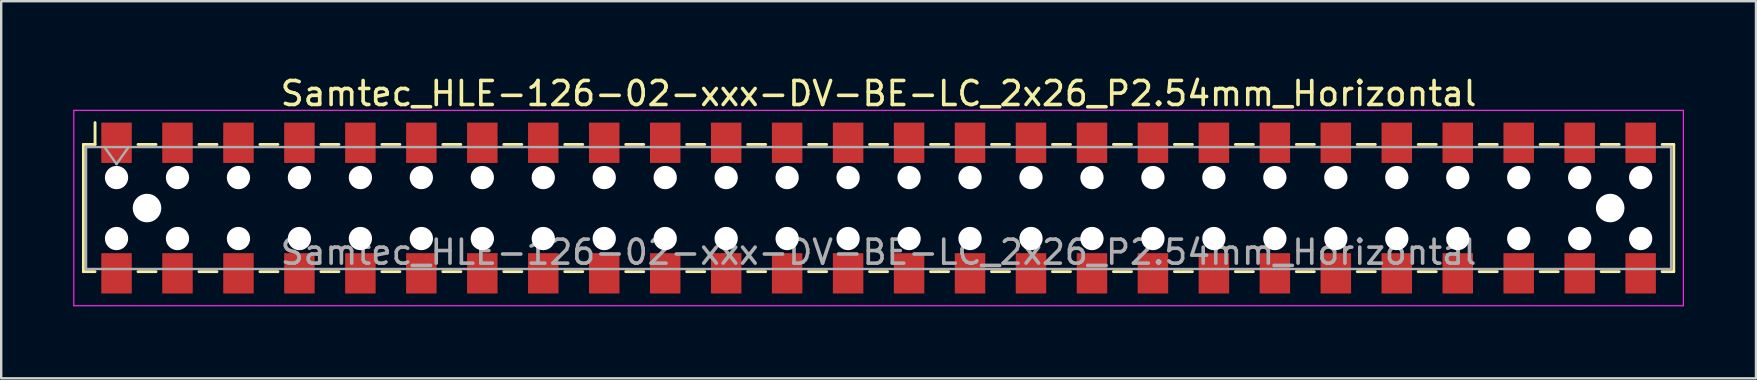
<source format=kicad_pcb>
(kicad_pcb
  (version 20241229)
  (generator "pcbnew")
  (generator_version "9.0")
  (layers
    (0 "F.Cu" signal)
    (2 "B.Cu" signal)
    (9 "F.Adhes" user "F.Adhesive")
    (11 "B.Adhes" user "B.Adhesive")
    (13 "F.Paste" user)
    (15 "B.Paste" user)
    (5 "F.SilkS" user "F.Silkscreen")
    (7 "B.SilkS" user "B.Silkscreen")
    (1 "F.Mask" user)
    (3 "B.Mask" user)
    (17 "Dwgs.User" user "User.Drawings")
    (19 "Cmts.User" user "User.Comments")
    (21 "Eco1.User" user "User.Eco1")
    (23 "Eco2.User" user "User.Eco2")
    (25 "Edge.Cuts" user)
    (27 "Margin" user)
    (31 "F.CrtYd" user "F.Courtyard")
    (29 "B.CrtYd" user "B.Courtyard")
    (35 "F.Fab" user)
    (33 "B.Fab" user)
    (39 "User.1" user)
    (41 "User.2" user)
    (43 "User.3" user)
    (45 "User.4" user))
  (footprint "Samtec_HLE-126-02-xxx-DV-BE-LC_2x26_P2.54mm_Horizontal"
    (layer "F.Cu")
    (at 33.555 5.618)
    (property "Reference" "Samtec_HLE-126-02-xxx-DV-BE-LC_2x26_P2.54mm_Horizontal" (at 0 -4.77 0) (layer "F.SilkS") (effects (font (size 1 1) (thickness 0.15))))
    (attr smd)
    (fp_line (start -33.13 -2.65) (end -33.13 2.65) (stroke (width 0.12) (type solid)) (layer "F.SilkS"))
    (fp_line (start -33.13 2.65) (end -32.645 2.65) (stroke (width 0.12) (type solid)) (layer "F.SilkS"))
    (fp_line (start -32.645 -3.56) (end -32.645 -2.65) (stroke (width 0.12) (type solid)) (layer "F.SilkS"))
    (fp_line (start -32.645 -2.65) (end -33.13 -2.65) (stroke (width 0.12) (type solid)) (layer "F.SilkS"))
    (fp_line (start -30.855 -2.65) (end -30.105 -2.65) (stroke (width 0.12) (type solid)) (layer "F.SilkS"))
    (fp_line (start -30.855 2.65) (end -30.105 2.65) (stroke (width 0.12) (type solid)) (layer "F.SilkS"))
    (fp_line (start -28.315 -2.65) (end -27.565 -2.65) (stroke (width 0.12) (type solid)) (layer "F.SilkS"))
    (fp_line (start -28.315 2.65) (end -27.565 2.65) (stroke (width 0.12) (type solid)) (layer "F.SilkS"))
    (fp_line (start -25.775 -2.65) (end -25.025 -2.65) (stroke (width 0.12) (type solid)) (layer "F.SilkS"))
    (fp_line (start -25.775 2.65) (end -25.025 2.65) (stroke (width 0.12) (type solid)) (layer "F.SilkS"))
    (fp_line (start -23.235 -2.65) (end -22.485 -2.65) (stroke (width 0.12) (type solid)) (layer "F.SilkS"))
    (fp_line (start -23.235 2.65) (end -22.485 2.65) (stroke (width 0.12) (type solid)) (layer "F.SilkS"))
    (fp_line (start -20.695 -2.65) (end -19.945 -2.65) (stroke (width 0.12) (type solid)) (layer "F.SilkS"))
    (fp_line (start -20.695 2.65) (end -19.945 2.65) (stroke (width 0.12) (type solid)) (layer "F.SilkS"))
    (fp_line (start -18.155 -2.65) (end -17.405 -2.65) (stroke (width 0.12) (type solid)) (layer "F.SilkS"))
    (fp_line (start -18.155 2.65) (end -17.405 2.65) (stroke (width 0.12) (type solid)) (layer "F.SilkS"))
    (fp_line (start -15.615 -2.65) (end -14.865 -2.65) (stroke (width 0.12) (type solid)) (layer "F.SilkS"))
    (fp_line (start -15.615 2.65) (end -14.865 2.65) (stroke (width 0.12) (type solid)) (layer "F.SilkS"))
    (fp_line (start -13.075 -2.65) (end -12.325 -2.65) (stroke (width 0.12) (type solid)) (layer "F.SilkS"))
    (fp_line (start -13.075 2.65) (end -12.325 2.65) (stroke (width 0.12) (type solid)) (layer "F.SilkS"))
    (fp_line (start -10.535 -2.65) (end -9.785 -2.65) (stroke (width 0.12) (type solid)) (layer "F.SilkS"))
    (fp_line (start -10.535 2.65) (end -9.785 2.65) (stroke (width 0.12) (type solid)) (layer "F.SilkS"))
    (fp_line (start -7.995 -2.65) (end -7.245 -2.65) (stroke (width 0.12) (type solid)) (layer "F.SilkS"))
    (fp_line (start -7.995 2.65) (end -7.245 2.65) (stroke (width 0.12) (type solid)) (layer "F.SilkS"))
    (fp_line (start -5.455 -2.65) (end -4.705 -2.65) (stroke (width 0.12) (type solid)) (layer "F.SilkS"))
    (fp_line (start -5.455 2.65) (end -4.705 2.65) (stroke (width 0.12) (type solid)) (layer "F.SilkS"))
    (fp_line (start -2.915 -2.65) (end -2.165 -2.65) (stroke (width 0.12) (type solid)) (layer "F.SilkS"))
    (fp_line (start -2.915 2.65) (end -2.165 2.65) (stroke (width 0.12) (type solid)) (layer "F.SilkS"))
    (fp_line (start -0.375 -2.65) (end 0.375 -2.65) (stroke (width 0.12) (type solid)) (layer "F.SilkS"))
    (fp_line (start -0.375 2.65) (end 0.375 2.65) (stroke (width 0.12) (type solid)) (layer "F.SilkS"))
    (fp_line (start 2.165 -2.65) (end 2.915 -2.65) (stroke (width 0.12) (type solid)) (layer "F.SilkS"))
    (fp_line (start 2.165 2.65) (end 2.915 2.65) (stroke (width 0.12) (type solid)) (layer "F.SilkS"))
    (fp_line (start 4.705 -2.65) (end 5.455 -2.65) (stroke (width 0.12) (type solid)) (layer "F.SilkS"))
    (fp_line (start 4.705 2.65) (end 5.455 2.65) (stroke (width 0.12) (type solid)) (layer "F.SilkS"))
    (fp_line (start 7.245 -2.65) (end 7.995 -2.65) (stroke (width 0.12) (type solid)) (layer "F.SilkS"))
    (fp_line (start 7.245 2.65) (end 7.995 2.65) (stroke (width 0.12) (type solid)) (layer "F.SilkS"))
    (fp_line (start 9.785 -2.65) (end 10.535 -2.65) (stroke (width 0.12) (type solid)) (layer "F.SilkS"))
    (fp_line (start 9.785 2.65) (end 10.535 2.65) (stroke (width 0.12) (type solid)) (layer "F.SilkS"))
    (fp_line (start 12.325 -2.65) (end 13.075 -2.65) (stroke (width 0.12) (type solid)) (layer "F.SilkS"))
    (fp_line (start 12.325 2.65) (end 13.075 2.65) (stroke (width 0.12) (type solid)) (layer "F.SilkS"))
    (fp_line (start 14.865 -2.65) (end 15.615 -2.65) (stroke (width 0.12) (type solid)) (layer "F.SilkS"))
    (fp_line (start 14.865 2.65) (end 15.615 2.65) (stroke (width 0.12) (type solid)) (layer "F.SilkS"))
    (fp_line (start 17.405 -2.65) (end 18.155 -2.65) (stroke (width 0.12) (type solid)) (layer "F.SilkS"))
    (fp_line (start 17.405 2.65) (end 18.155 2.65) (stroke (width 0.12) (type solid)) (layer "F.SilkS"))
    (fp_line (start 19.945 -2.65) (end 20.695 -2.65) (stroke (width 0.12) (type solid)) (layer "F.SilkS"))
    (fp_line (start 19.945 2.65) (end 20.695 2.65) (stroke (width 0.12) (type solid)) (layer "F.SilkS"))
    (fp_line (start 22.485 -2.65) (end 23.235 -2.65) (stroke (width 0.12) (type solid)) (layer "F.SilkS"))
    (fp_line (start 22.485 2.65) (end 23.235 2.65) (stroke (width 0.12) (type solid)) (layer "F.SilkS"))
    (fp_line (start 25.025 -2.65) (end 25.775 -2.65) (stroke (width 0.12) (type solid)) (layer "F.SilkS"))
    (fp_line (start 25.025 2.65) (end 25.775 2.65) (stroke (width 0.12) (type solid)) (layer "F.SilkS"))
    (fp_line (start 27.565 -2.65) (end 28.315 -2.65) (stroke (width 0.12) (type solid)) (layer "F.SilkS"))
    (fp_line (start 27.565 2.65) (end 28.315 2.65) (stroke (width 0.12) (type solid)) (layer "F.SilkS"))
    (fp_line (start 30.105 -2.65) (end 30.855 -2.65) (stroke (width 0.12) (type solid)) (layer "F.SilkS"))
    (fp_line (start 30.105 2.65) (end 30.855 2.65) (stroke (width 0.12) (type solid)) (layer "F.SilkS"))
    (fp_line (start 32.645 -2.65) (end 33.13 -2.65) (stroke (width 0.12) (type solid)) (layer "F.SilkS"))
    (fp_line (start 33.13 -2.65) (end 33.13 2.65) (stroke (width 0.12) (type solid)) (layer "F.SilkS"))
    (fp_line (start 33.13 2.65) (end 32.645 2.65) (stroke (width 0.12) (type solid)) (layer "F.SilkS"))
    (fp_line (start -33.53 -4.07) (end 33.53 -4.07) (stroke (width 0.05) (type solid)) (layer "F.CrtYd"))
    (fp_line (start -33.53 4.07) (end -33.53 -4.07) (stroke (width 0.05) (type solid)) (layer "F.CrtYd"))
    (fp_line (start 33.53 -4.07) (end 33.53 4.07) (stroke (width 0.05) (type solid)) (layer "F.CrtYd"))
    (fp_line (start 33.53 4.07) (end -33.53 4.07) (stroke (width 0.05) (type solid)) (layer "F.CrtYd"))
    (fp_line (start -33.02 -2.54) (end 33.02 -2.54) (stroke (width 0.1) (type solid)) (layer "F.Fab"))
    (fp_line (start -33.02 2.54) (end -33.02 -2.54) (stroke (width 0.1) (type solid)) (layer "F.Fab"))
    (fp_line (start -32.25 -2.54) (end -31.75 -1.833) (stroke (width 0.1) (type solid)) (layer "F.Fab"))
    (fp_line (start -31.75 -1.833) (end -31.25 -2.54) (stroke (width 0.1) (type solid)) (layer "F.Fab"))
    (fp_line (start 33.02 -2.54) (end 33.02 2.54) (stroke (width 0.1) (type solid)) (layer "F.Fab"))
    (fp_line (start 33.02 2.54) (end -33.02 2.54) (stroke (width 0.1) (type solid)) (layer "F.Fab"))
    (fp_text user "${REFERENCE}" (at 0 1.84 0) (layer "F.Fab") (effects (font (size 1 1) (thickness 0.15))))
    (pad "" np_thru_hole circle (at -31.75 -1.27) (size 0.97 0.97) (drill 0.97) (layers "*.Cu" "*.Mask"))
    (pad "" np_thru_hole circle (at -31.75 1.27) (size 0.97 0.97) (drill 0.97) (layers "*.Cu" "*.Mask"))
    (pad "" np_thru_hole circle (at -30.48 0) (size 1.19 1.19) (drill 1.19) (layers "*.Cu" "*.Mask"))
    (pad "" np_thru_hole circle (at -29.21 -1.27) (size 0.97 0.97) (drill 0.97) (layers "*.Cu" "*.Mask"))
    (pad "" np_thru_hole circle (at -29.21 1.27) (size 0.97 0.97) (drill 0.97) (layers "*.Cu" "*.Mask"))
    (pad "" np_thru_hole circle (at -26.67 -1.27) (size 0.97 0.97) (drill 0.97) (layers "*.Cu" "*.Mask"))
    (pad "" np_thru_hole circle (at -26.67 1.27) (size 0.97 0.97) (drill 0.97) (layers "*.Cu" "*.Mask"))
    (pad "" np_thru_hole circle (at -24.13 -1.27) (size 0.97 0.97) (drill 0.97) (layers "*.Cu" "*.Mask"))
    (pad "" np_thru_hole circle (at -24.13 1.27) (size 0.97 0.97) (drill 0.97) (layers "*.Cu" "*.Mask"))
    (pad "" np_thru_hole circle (at -21.59 -1.27) (size 0.97 0.97) (drill 0.97) (layers "*.Cu" "*.Mask"))
    (pad "" np_thru_hole circle (at -21.59 1.27) (size 0.97 0.97) (drill 0.97) (layers "*.Cu" "*.Mask"))
    (pad "" np_thru_hole circle (at -19.05 -1.27) (size 0.97 0.97) (drill 0.97) (layers "*.Cu" "*.Mask"))
    (pad "" np_thru_hole circle (at -19.05 1.27) (size 0.97 0.97) (drill 0.97) (layers "*.Cu" "*.Mask"))
    (pad "" np_thru_hole circle (at -16.51 -1.27) (size 0.97 0.97) (drill 0.97) (layers "*.Cu" "*.Mask"))
    (pad "" np_thru_hole circle (at -16.51 1.27) (size 0.97 0.97) (drill 0.97) (layers "*.Cu" "*.Mask"))
    (pad "" np_thru_hole circle (at -13.97 -1.27) (size 0.97 0.97) (drill 0.97) (layers "*.Cu" "*.Mask"))
    (pad "" np_thru_hole circle (at -13.97 1.27) (size 0.97 0.97) (drill 0.97) (layers "*.Cu" "*.Mask"))
    (pad "" np_thru_hole circle (at -11.43 -1.27) (size 0.97 0.97) (drill 0.97) (layers "*.Cu" "*.Mask"))
    (pad "" np_thru_hole circle (at -11.43 1.27) (size 0.97 0.97) (drill 0.97) (layers "*.Cu" "*.Mask"))
    (pad "" np_thru_hole circle (at -8.89 -1.27) (size 0.97 0.97) (drill 0.97) (layers "*.Cu" "*.Mask"))
    (pad "" np_thru_hole circle (at -8.89 1.27) (size 0.97 0.97) (drill 0.97) (layers "*.Cu" "*.Mask"))
    (pad "" np_thru_hole circle (at -6.35 -1.27) (size 0.97 0.97) (drill 0.97) (layers "*.Cu" "*.Mask"))
    (pad "" np_thru_hole circle (at -6.35 1.27) (size 0.97 0.97) (drill 0.97) (layers "*.Cu" "*.Mask"))
    (pad "" np_thru_hole circle (at -3.81 -1.27) (size 0.97 0.97) (drill 0.97) (layers "*.Cu" "*.Mask"))
    (pad "" np_thru_hole circle (at -3.81 1.27) (size 0.97 0.97) (drill 0.97) (layers "*.Cu" "*.Mask"))
    (pad "" np_thru_hole circle (at -1.27 -1.27) (size 0.97 0.97) (drill 0.97) (layers "*.Cu" "*.Mask"))
    (pad "" np_thru_hole circle (at -1.27 1.27) (size 0.97 0.97) (drill 0.97) (layers "*.Cu" "*.Mask"))
    (pad "" np_thru_hole circle (at 1.27 -1.27) (size 0.97 0.97) (drill 0.97) (layers "*.Cu" "*.Mask"))
    (pad "" np_thru_hole circle (at 1.27 1.27) (size 0.97 0.97) (drill 0.97) (layers "*.Cu" "*.Mask"))
    (pad "" np_thru_hole circle (at 3.81 -1.27) (size 0.97 0.97) (drill 0.97) (layers "*.Cu" "*.Mask"))
    (pad "" np_thru_hole circle (at 3.81 1.27) (size 0.97 0.97) (drill 0.97) (layers "*.Cu" "*.Mask"))
    (pad "" np_thru_hole circle (at 6.35 -1.27) (size 0.97 0.97) (drill 0.97) (layers "*.Cu" "*.Mask"))
    (pad "" np_thru_hole circle (at 6.35 1.27) (size 0.97 0.97) (drill 0.97) (layers "*.Cu" "*.Mask"))
    (pad "" np_thru_hole circle (at 8.89 -1.27) (size 0.97 0.97) (drill 0.97) (layers "*.Cu" "*.Mask"))
    (pad "" np_thru_hole circle (at 8.89 1.27) (size 0.97 0.97) (drill 0.97) (layers "*.Cu" "*.Mask"))
    (pad "" np_thru_hole circle (at 11.43 -1.27) (size 0.97 0.97) (drill 0.97) (layers "*.Cu" "*.Mask"))
    (pad "" np_thru_hole circle (at 11.43 1.27) (size 0.97 0.97) (drill 0.97) (layers "*.Cu" "*.Mask"))
    (pad "" np_thru_hole circle (at 13.97 -1.27) (size 0.97 0.97) (drill 0.97) (layers "*.Cu" "*.Mask"))
    (pad "" np_thru_hole circle (at 13.97 1.27) (size 0.97 0.97) (drill 0.97) (layers "*.Cu" "*.Mask"))
    (pad "" np_thru_hole circle (at 16.51 -1.27) (size 0.97 0.97) (drill 0.97) (layers "*.Cu" "*.Mask"))
    (pad "" np_thru_hole circle (at 16.51 1.27) (size 0.97 0.97) (drill 0.97) (layers "*.Cu" "*.Mask"))
    (pad "" np_thru_hole circle (at 19.05 -1.27) (size 0.97 0.97) (drill 0.97) (layers "*.Cu" "*.Mask"))
    (pad "" np_thru_hole circle (at 19.05 1.27) (size 0.97 0.97) (drill 0.97) (layers "*.Cu" "*.Mask"))
    (pad "" np_thru_hole circle (at 21.59 -1.27) (size 0.97 0.97) (drill 0.97) (layers "*.Cu" "*.Mask"))
    (pad "" np_thru_hole circle (at 21.59 1.27) (size 0.97 0.97) (drill 0.97) (layers "*.Cu" "*.Mask"))
    (pad "" np_thru_hole circle (at 24.13 -1.27) (size 0.97 0.97) (drill 0.97) (layers "*.Cu" "*.Mask"))
    (pad "" np_thru_hole circle (at 24.13 1.27) (size 0.97 0.97) (drill 0.97) (layers "*.Cu" "*.Mask"))
    (pad "" np_thru_hole circle (at 26.67 -1.27) (size 0.97 0.97) (drill 0.97) (layers "*.Cu" "*.Mask"))
    (pad "" np_thru_hole circle (at 26.67 1.27) (size 0.97 0.97) (drill 0.97) (layers "*.Cu" "*.Mask"))
    (pad "" np_thru_hole circle (at 29.21 -1.27) (size 0.97 0.97) (drill 0.97) (layers "*.Cu" "*.Mask"))
    (pad "" np_thru_hole circle (at 29.21 1.27) (size 0.97 0.97) (drill 0.97) (layers "*.Cu" "*.Mask"))
    (pad "" np_thru_hole circle (at 30.48 0) (size 1.19 1.19) (drill 1.19) (layers "*.Cu" "*.Mask"))
    (pad "" np_thru_hole circle (at 31.75 -1.27) (size 0.97 0.97) (drill 0.97) (layers "*.Cu" "*.Mask"))
    (pad "" np_thru_hole circle (at 31.75 1.27) (size 0.97 0.97) (drill 0.97) (layers "*.Cu" "*.Mask"))
    (pad "1" smd rect (at -31.75 -2.72) (size 1.27 1.68) (layers "F.Cu" "F.Mask" "F.Paste"))
    (pad "2" smd rect (at -31.75 2.72) (size 1.27 1.68) (layers "F.Cu" "F.Mask" "F.Paste"))
    (pad "3" smd rect (at -29.21 -2.72) (size 1.27 1.68) (layers "F.Cu" "F.Mask" "F.Paste"))
    (pad "4" smd rect (at -29.21 2.72) (size 1.27 1.68) (layers "F.Cu" "F.Mask" "F.Paste"))
    (pad "5" smd rect (at -26.67 -2.72) (size 1.27 1.68) (layers "F.Cu" "F.Mask" "F.Paste"))
    (pad "6" smd rect (at -26.67 2.72) (size 1.27 1.68) (layers "F.Cu" "F.Mask" "F.Paste"))
    (pad "7" smd rect (at -24.13 -2.72) (size 1.27 1.68) (layers "F.Cu" "F.Mask" "F.Paste"))
    (pad "8" smd rect (at -24.13 2.72) (size 1.27 1.68) (layers "F.Cu" "F.Mask" "F.Paste"))
    (pad "9" smd rect (at -21.59 -2.72) (size 1.27 1.68) (layers "F.Cu" "F.Mask" "F.Paste"))
    (pad "10" smd rect (at -21.59 2.72) (size 1.27 1.68) (layers "F.Cu" "F.Mask" "F.Paste"))
    (pad "11" smd rect (at -19.05 -2.72) (size 1.27 1.68) (layers "F.Cu" "F.Mask" "F.Paste"))
    (pad "12" smd rect (at -19.05 2.72) (size 1.27 1.68) (layers "F.Cu" "F.Mask" "F.Paste"))
    (pad "13" smd rect (at -16.51 -2.72) (size 1.27 1.68) (layers "F.Cu" "F.Mask" "F.Paste"))
    (pad "14" smd rect (at -16.51 2.72) (size 1.27 1.68) (layers "F.Cu" "F.Mask" "F.Paste"))
    (pad "15" smd rect (at -13.97 -2.72) (size 1.27 1.68) (layers "F.Cu" "F.Mask" "F.Paste"))
    (pad "16" smd rect (at -13.97 2.72) (size 1.27 1.68) (layers "F.Cu" "F.Mask" "F.Paste"))
    (pad "17" smd rect (at -11.43 -2.72) (size 1.27 1.68) (layers "F.Cu" "F.Mask" "F.Paste"))
    (pad "18" smd rect (at -11.43 2.72) (size 1.27 1.68) (layers "F.Cu" "F.Mask" "F.Paste"))
    (pad "19" smd rect (at -8.89 -2.72) (size 1.27 1.68) (layers "F.Cu" "F.Mask" "F.Paste"))
    (pad "20" smd rect (at -8.89 2.72) (size 1.27 1.68) (layers "F.Cu" "F.Mask" "F.Paste"))
    (pad "21" smd rect (at -6.35 -2.72) (size 1.27 1.68) (layers "F.Cu" "F.Mask" "F.Paste"))
    (pad "22" smd rect (at -6.35 2.72) (size 1.27 1.68) (layers "F.Cu" "F.Mask" "F.Paste"))
    (pad "23" smd rect (at -3.81 -2.72) (size 1.27 1.68) (layers "F.Cu" "F.Mask" "F.Paste"))
    (pad "24" smd rect (at -3.81 2.72) (size 1.27 1.68) (layers "F.Cu" "F.Mask" "F.Paste"))
    (pad "25" smd rect (at -1.27 -2.72) (size 1.27 1.68) (layers "F.Cu" "F.Mask" "F.Paste"))
    (pad "26" smd rect (at -1.27 2.72) (size 1.27 1.68) (layers "F.Cu" "F.Mask" "F.Paste"))
    (pad "27" smd rect (at 1.27 -2.72) (size 1.27 1.68) (layers "F.Cu" "F.Mask" "F.Paste"))
    (pad "28" smd rect (at 1.27 2.72) (size 1.27 1.68) (layers "F.Cu" "F.Mask" "F.Paste"))
    (pad "29" smd rect (at 3.81 -2.72) (size 1.27 1.68) (layers "F.Cu" "F.Mask" "F.Paste"))
    (pad "30" smd rect (at 3.81 2.72) (size 1.27 1.68) (layers "F.Cu" "F.Mask" "F.Paste"))
    (pad "31" smd rect (at 6.35 -2.72) (size 1.27 1.68) (layers "F.Cu" "F.Mask" "F.Paste"))
    (pad "32" smd rect (at 6.35 2.72) (size 1.27 1.68) (layers "F.Cu" "F.Mask" "F.Paste"))
    (pad "33" smd rect (at 8.89 -2.72) (size 1.27 1.68) (layers "F.Cu" "F.Mask" "F.Paste"))
    (pad "34" smd rect (at 8.89 2.72) (size 1.27 1.68) (layers "F.Cu" "F.Mask" "F.Paste"))
    (pad "35" smd rect (at 11.43 -2.72) (size 1.27 1.68) (layers "F.Cu" "F.Mask" "F.Paste"))
    (pad "36" smd rect (at 11.43 2.72) (size 1.27 1.68) (layers "F.Cu" "F.Mask" "F.Paste"))
    (pad "37" smd rect (at 13.97 -2.72) (size 1.27 1.68) (layers "F.Cu" "F.Mask" "F.Paste"))
    (pad "38" smd rect (at 13.97 2.72) (size 1.27 1.68) (layers "F.Cu" "F.Mask" "F.Paste"))
    (pad "39" smd rect (at 16.51 -2.72) (size 1.27 1.68) (layers "F.Cu" "F.Mask" "F.Paste"))
    (pad "40" smd rect (at 16.51 2.72) (size 1.27 1.68) (layers "F.Cu" "F.Mask" "F.Paste"))
    (pad "41" smd rect (at 19.05 -2.72) (size 1.27 1.68) (layers "F.Cu" "F.Mask" "F.Paste"))
    (pad "42" smd rect (at 19.05 2.72) (size 1.27 1.68) (layers "F.Cu" "F.Mask" "F.Paste"))
    (pad "43" smd rect (at 21.59 -2.72) (size 1.27 1.68) (layers "F.Cu" "F.Mask" "F.Paste"))
    (pad "44" smd rect (at 21.59 2.72) (size 1.27 1.68) (layers "F.Cu" "F.Mask" "F.Paste"))
    (pad "45" smd rect (at 24.13 -2.72) (size 1.27 1.68) (layers "F.Cu" "F.Mask" "F.Paste"))
    (pad "46" smd rect (at 24.13 2.72) (size 1.27 1.68) (layers "F.Cu" "F.Mask" "F.Paste"))
    (pad "47" smd rect (at 26.67 -2.72) (size 1.27 1.68) (layers "F.Cu" "F.Mask" "F.Paste"))
    (pad "48" smd rect (at 26.67 2.72) (size 1.27 1.68) (layers "F.Cu" "F.Mask" "F.Paste"))
    (pad "49" smd rect (at 29.21 -2.72) (size 1.27 1.68) (layers "F.Cu" "F.Mask" "F.Paste"))
    (pad "50" smd rect (at 29.21 2.72) (size 1.27 1.68) (layers "F.Cu" "F.Mask" "F.Paste"))
    (pad "51" smd rect (at 31.75 -2.72) (size 1.27 1.68) (layers "F.Cu" "F.Mask" "F.Paste"))
    (pad "52" smd rect (at 31.75 2.72) (size 1.27 1.68) (layers "F.Cu" "F.Mask" "F.Paste")))
  (gr_rect
    (start -3 -3)
    (end 70.11 12.713)
    (stroke (width 0.1) (type default))
    (fill no)
    (layer "Edge.Cuts")))
</source>
